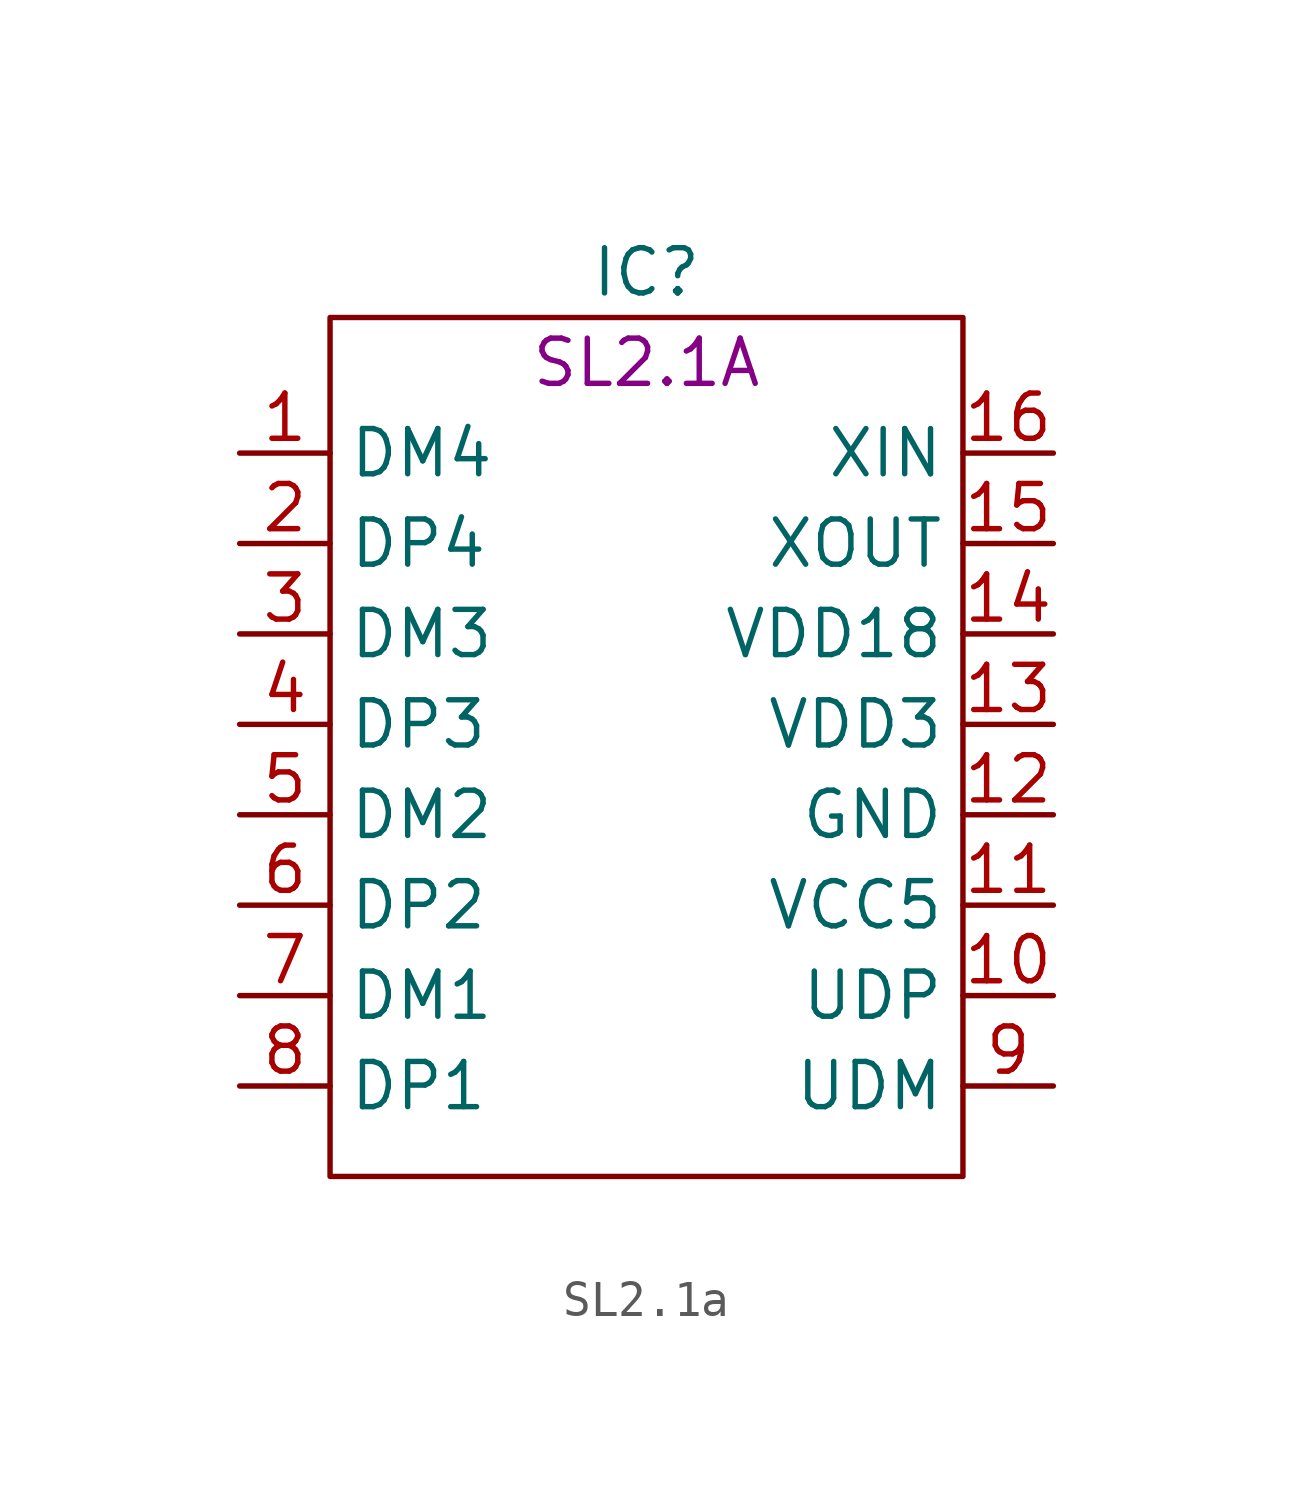
<source format=kicad_sym>
(kicad_symbol_lib
  (version 20220914)
  (generator kicad_symbol_editor)
  (symbol "SL2.1a"
    (property "Reference" "IC"
      (at 0 0 0)
      (effects (font (size 1.27 1.27))))
    (property "Value" ""
      (at 0 0 0)
      (effects (font (size 1.27 1.27))))
    (property "Name" "SL2.1A"
      (at 0 -2.54 0)
      (effects (font (size 1.27 1.27))))
    (symbol "SL2.1a_0_1"
      (rectangle (start -8.89 -1.27) (end 8.89 -25.4) (stroke (width 0) (type default)) (fill (type none))))
    (symbol "SL2.1a_1_1"
      (pin bidirectional line (at -11.43 -5.08 0) (length 2.54) (name "DM4" (effects (font (size 1.27 1.27)))) (number "1" (effects (font (size 1.27 1.27)))))
      (pin bidirectional line (at 11.43 -20.32 180) (length 2.54) (name "UDP" (effects (font (size 1.27 1.27)))) (number "10" (effects (font (size 1.27 1.27)))))
      (pin power_in line (at 11.43 -17.78 180) (length 2.54) (name "VCC5" (effects (font (size 1.27 1.27)))) (number "11" (effects (font (size 1.27 1.27)))))
      (pin power_in line (at 11.43 -15.24 180) (length 2.54) (name "GND" (effects (font (size 1.27 1.27)))) (number "12" (effects (font (size 1.27 1.27)))))
      (pin power_out line (at 11.43 -12.7 180) (length 2.54) (name "VDD3" (effects (font (size 1.27 1.27)))) (number "13" (effects (font (size 1.27 1.27)))))
      (pin power_out line (at 11.43 -10.16 180) (length 2.54) (name "VDD18" (effects (font (size 1.27 1.27)))) (number "14" (effects (font (size 1.27 1.27)))))
      (pin output line (at 11.43 -7.62 180) (length 2.54) (name "XOUT" (effects (font (size 1.27 1.27)))) (number "15" (effects (font (size 1.27 1.27)))))
      (pin input line (at 11.43 -5.08 180) (length 2.54) (name "XIN" (effects (font (size 1.27 1.27)))) (number "16" (effects (font (size 1.27 1.27)))))
      (pin bidirectional line (at -11.43 -7.62 0) (length 2.54) (name "DP4" (effects (font (size 1.27 1.27)))) (number "2" (effects (font (size 1.27 1.27)))))
      (pin bidirectional line (at -11.43 -10.16 0) (length 2.54) (name "DM3" (effects (font (size 1.27 1.27)))) (number "3" (effects (font (size 1.27 1.27)))))
      (pin bidirectional line (at -11.43 -12.7 0) (length 2.54) (name "DP3" (effects (font (size 1.27 1.27)))) (number "4" (effects (font (size 1.27 1.27)))))
      (pin bidirectional line (at -11.43 -15.24 0) (length 2.54) (name "DM2" (effects (font (size 1.27 1.27)))) (number "5" (effects (font (size 1.27 1.27)))))
      (pin bidirectional line (at -11.43 -17.78 0) (length 2.54) (name "DP2" (effects (font (size 1.27 1.27)))) (number "6" (effects (font (size 1.27 1.27)))))
      (pin bidirectional line (at -11.43 -20.32 0) (length 2.54) (name "DM1" (effects (font (size 1.27 1.27)))) (number "7" (effects (font (size 1.27 1.27)))))
      (pin bidirectional line (at -11.43 -22.86 0) (length 2.54) (name "DP1" (effects (font (size 1.27 1.27)))) (number "8" (effects (font (size 1.27 1.27)))))
      (pin bidirectional line (at 11.43 -22.86 180) (length 2.54) (name "UDM" (effects (font (size 1.27 1.27)))) (number "9" (effects (font (size 1.27 1.27))))))))
</source>
